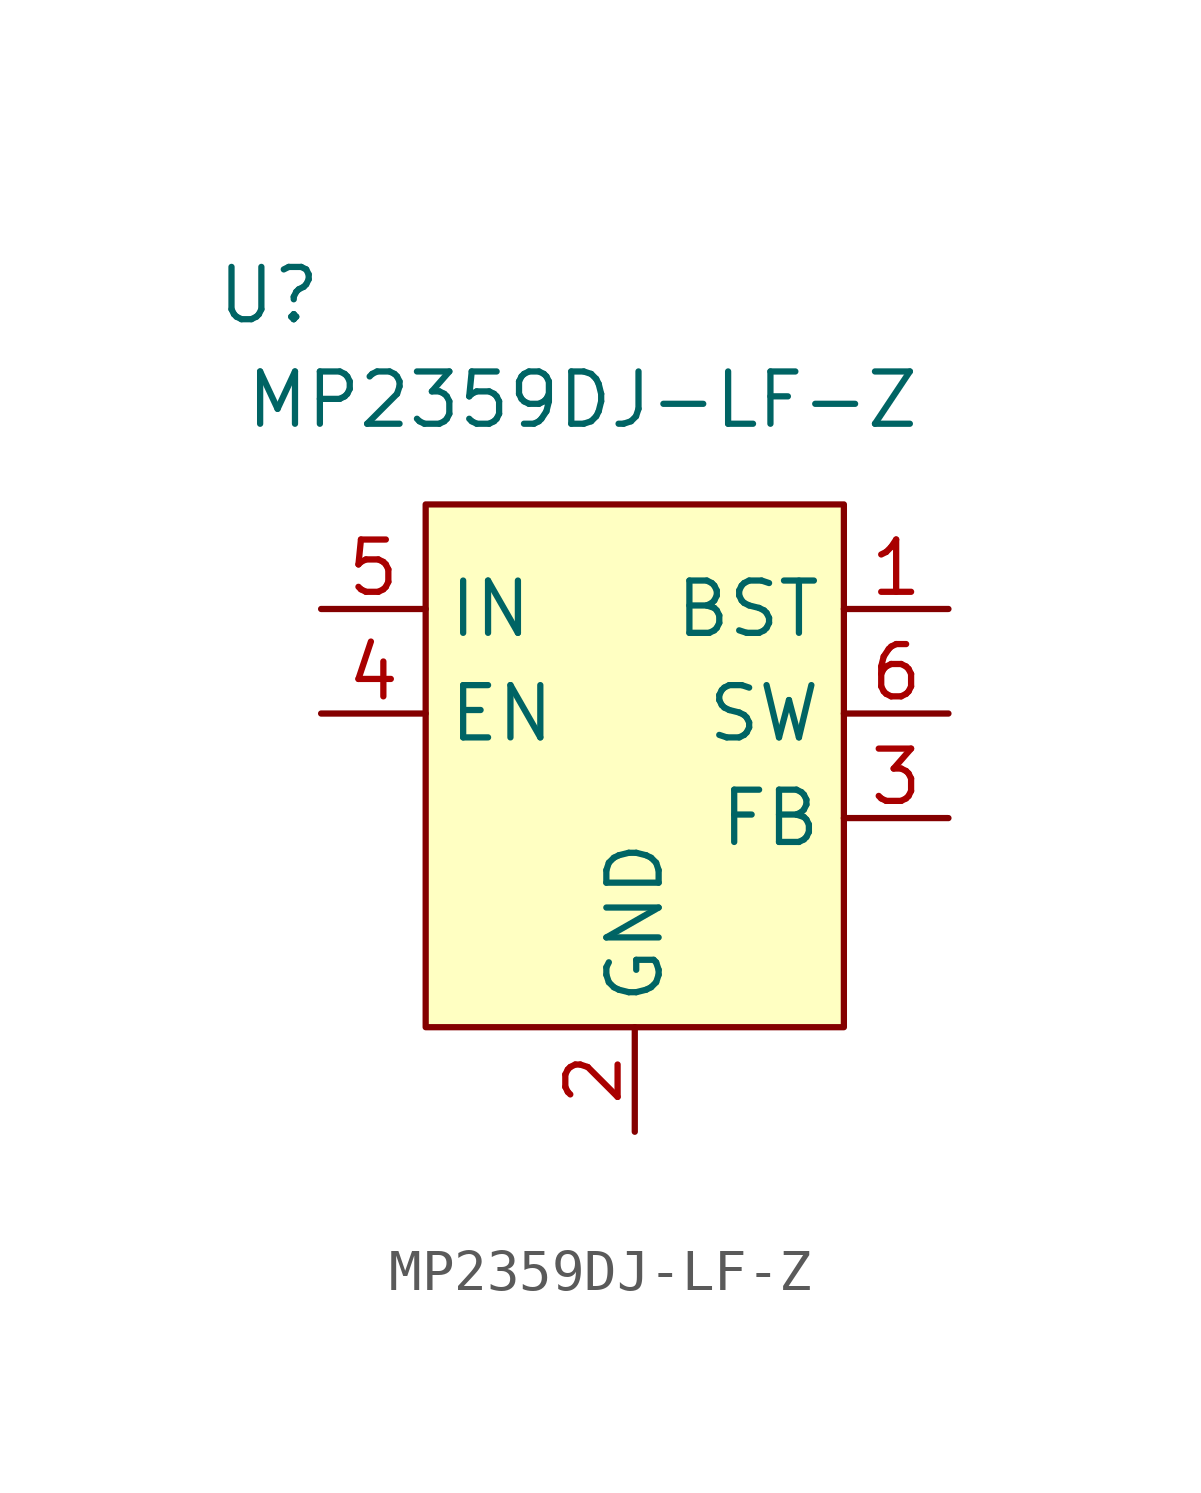
<source format=kicad_sym>
(kicad_symbol_lib
  (version 20211014)
  (generator kicad_symbol_editor)
  (symbol "MP2359DJ-LF-Z"
    (property "Reference" "U"
      (at -8.89 7.62 0)
      (effects (font (size 1.27 1.27))))
    (property "Value" "MP2359DJ-LF-Z"
      (at -1.27 5.08 0)
      (effects (font (size 1.27 1.27))))
    (symbol "MP2359DJ-LF-Z_0_1"
      (rectangle (start -5.08 2.54) (end 5.08 -10.16) (stroke (width 0.152) (type default) (color 0 0 0 0)) (fill (type background))))
    (symbol "MP2359DJ-LF-Z_1_1"
      (pin input line (at 7.62 0 180) (length 2.54) (name "BST" (effects (font (size 1.27 1.27)))) (number "1" (effects (font (size 1.27 1.27)))))
      (pin input line (at 0 -12.7 90) (length 2.54) (name "GND" (effects (font (size 1.27 1.27)))) (number "2" (effects (font (size 1.27 1.27)))))
      (pin input line (at 7.62 -5.08 180) (length 2.54) (name "FB" (effects (font (size 1.27 1.27)))) (number "3" (effects (font (size 1.27 1.27)))))
      (pin input line (at -7.62 -2.54 0) (length 2.54) (name "EN" (effects (font (size 1.27 1.27)))) (number "4" (effects (font (size 1.27 1.27)))))
      (pin input line (at -7.62 0 0) (length 2.54) (name "IN" (effects (font (size 1.27 1.27)))) (number "5" (effects (font (size 1.27 1.27)))))
      (pin input line (at 7.62 -2.54 180) (length 2.54) (name "SW" (effects (font (size 1.27 1.27)))) (number "6" (effects (font (size 1.27 1.27))))))))
</source>
